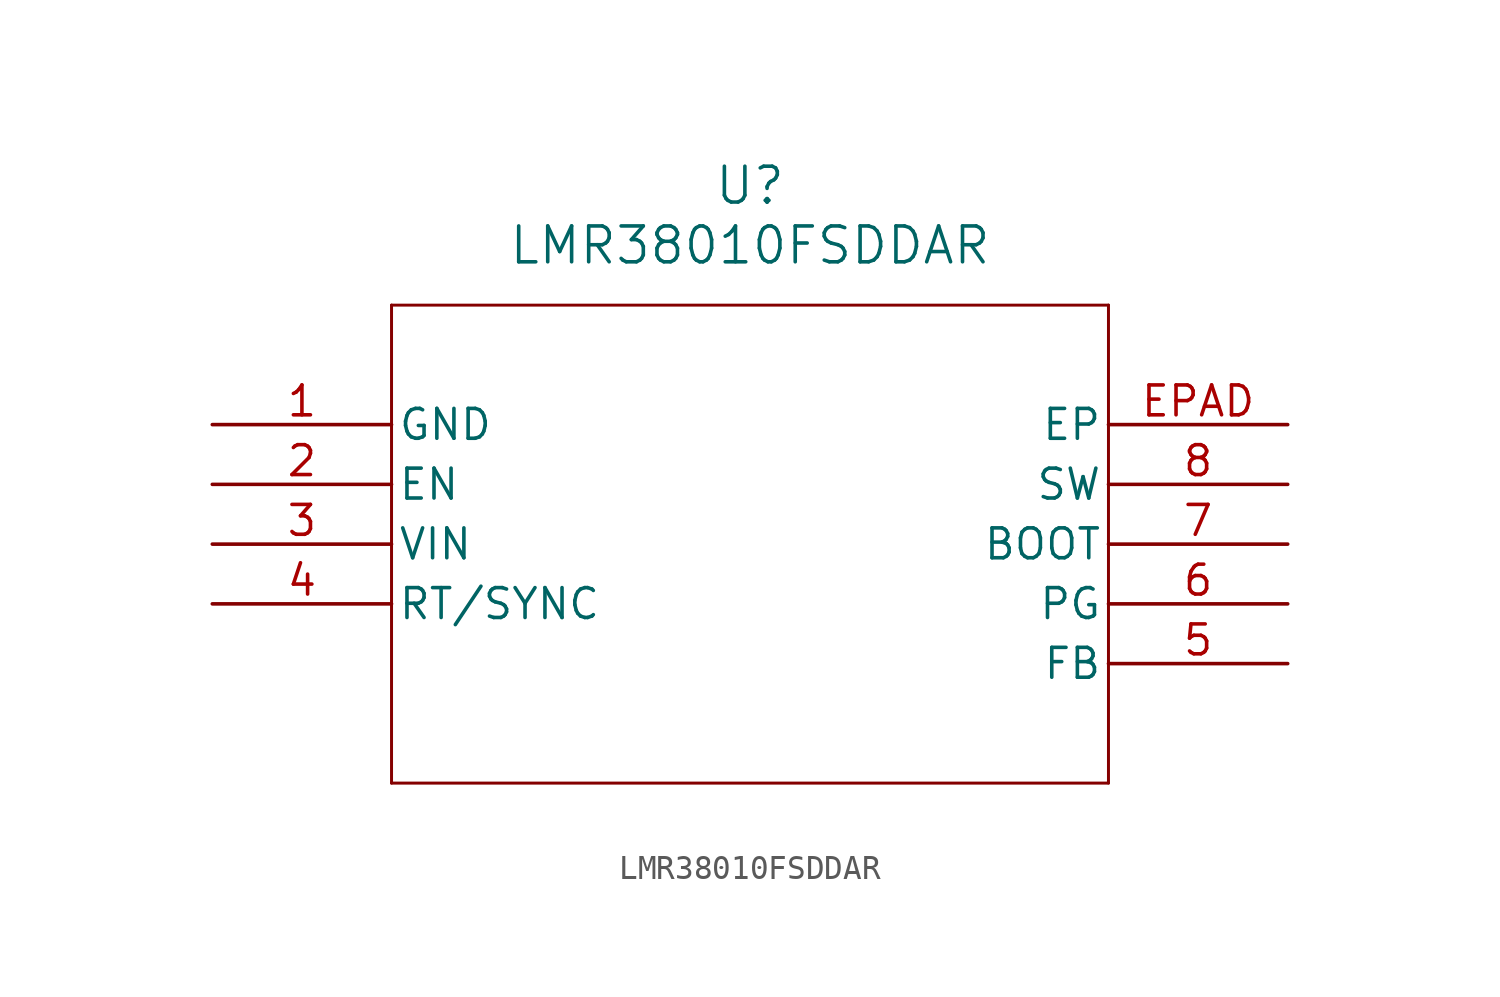
<source format=kicad_sym>
(kicad_symbol_lib
  (version 20211014)
  (generator kicad_symbol_editor)
  (symbol "LMR38010FSDDAR"
    (pin_names
      (offset 0.254))
    (property "Reference" "U"
      (at 22.86 10.16 0)
      (effects (font (size 1.524 1.524))))
    (property "Value" "LMR38010FSDDAR"
      (at 22.86 7.62 0)
      (effects (font (size 1.524 1.524))))
    (symbol "LMR38010FSDDAR_0_1"
      (polyline (pts (xy 7.62 5.08) (xy 7.62 -15.24)) (stroke (width 0.127) (type default) (color 0 0 0 0)) (fill (type none)))
      (polyline (pts (xy 7.62 -15.24) (xy 38.1 -15.24)) (stroke (width 0.127) (type default) (color 0 0 0 0)) (fill (type none)))
      (polyline (pts (xy 38.1 -15.24) (xy 38.1 5.08)) (stroke (width 0.127) (type default) (color 0 0 0 0)) (fill (type none)))
      (polyline (pts (xy 38.1 5.08) (xy 7.62 5.08)) (stroke (width 0.127) (type default) (color 0 0 0 0)) (fill (type none)))
      (pin power_out line (at 0 0 0) (length 7.62) (name "GND" (effects (font (size 1.27 1.27)))) (number "1" (effects (font (size 1.27 1.27)))))
      (pin unspecified line (at 0 -2.54 0) (length 7.62) (name "EN" (effects (font (size 1.27 1.27)))) (number "2" (effects (font (size 1.27 1.27)))))
      (pin power_in line (at 0 -5.08 0) (length 7.62) (name "VIN" (effects (font (size 1.27 1.27)))) (number "3" (effects (font (size 1.27 1.27)))))
      (pin unspecified line (at 0 -7.62 0) (length 7.62) (name "RT/SYNC" (effects (font (size 1.27 1.27)))) (number "4" (effects (font (size 1.27 1.27)))))
      (pin unspecified line (at 45.72 -10.16 180) (length 7.62) (name "FB" (effects (font (size 1.27 1.27)))) (number "5" (effects (font (size 1.27 1.27)))))
      (pin unspecified line (at 45.72 -7.62 180) (length 7.62) (name "PG" (effects (font (size 1.27 1.27)))) (number "6" (effects (font (size 1.27 1.27)))))
      (pin power_in line (at 45.72 -5.08 180) (length 7.62) (name "BOOT" (effects (font (size 1.27 1.27)))) (number "7" (effects (font (size 1.27 1.27)))))
      (pin power_in line (at 45.72 -2.54 180) (length 7.62) (name "SW" (effects (font (size 1.27 1.27)))) (number "8" (effects (font (size 1.27 1.27)))))
      (pin power_out line (at 45.72 0 180) (length 7.62) (name "EP" (effects (font (size 1.27 1.27)))) (number "EPAD" (effects (font (size 1.27 1.27))))))))
</source>
